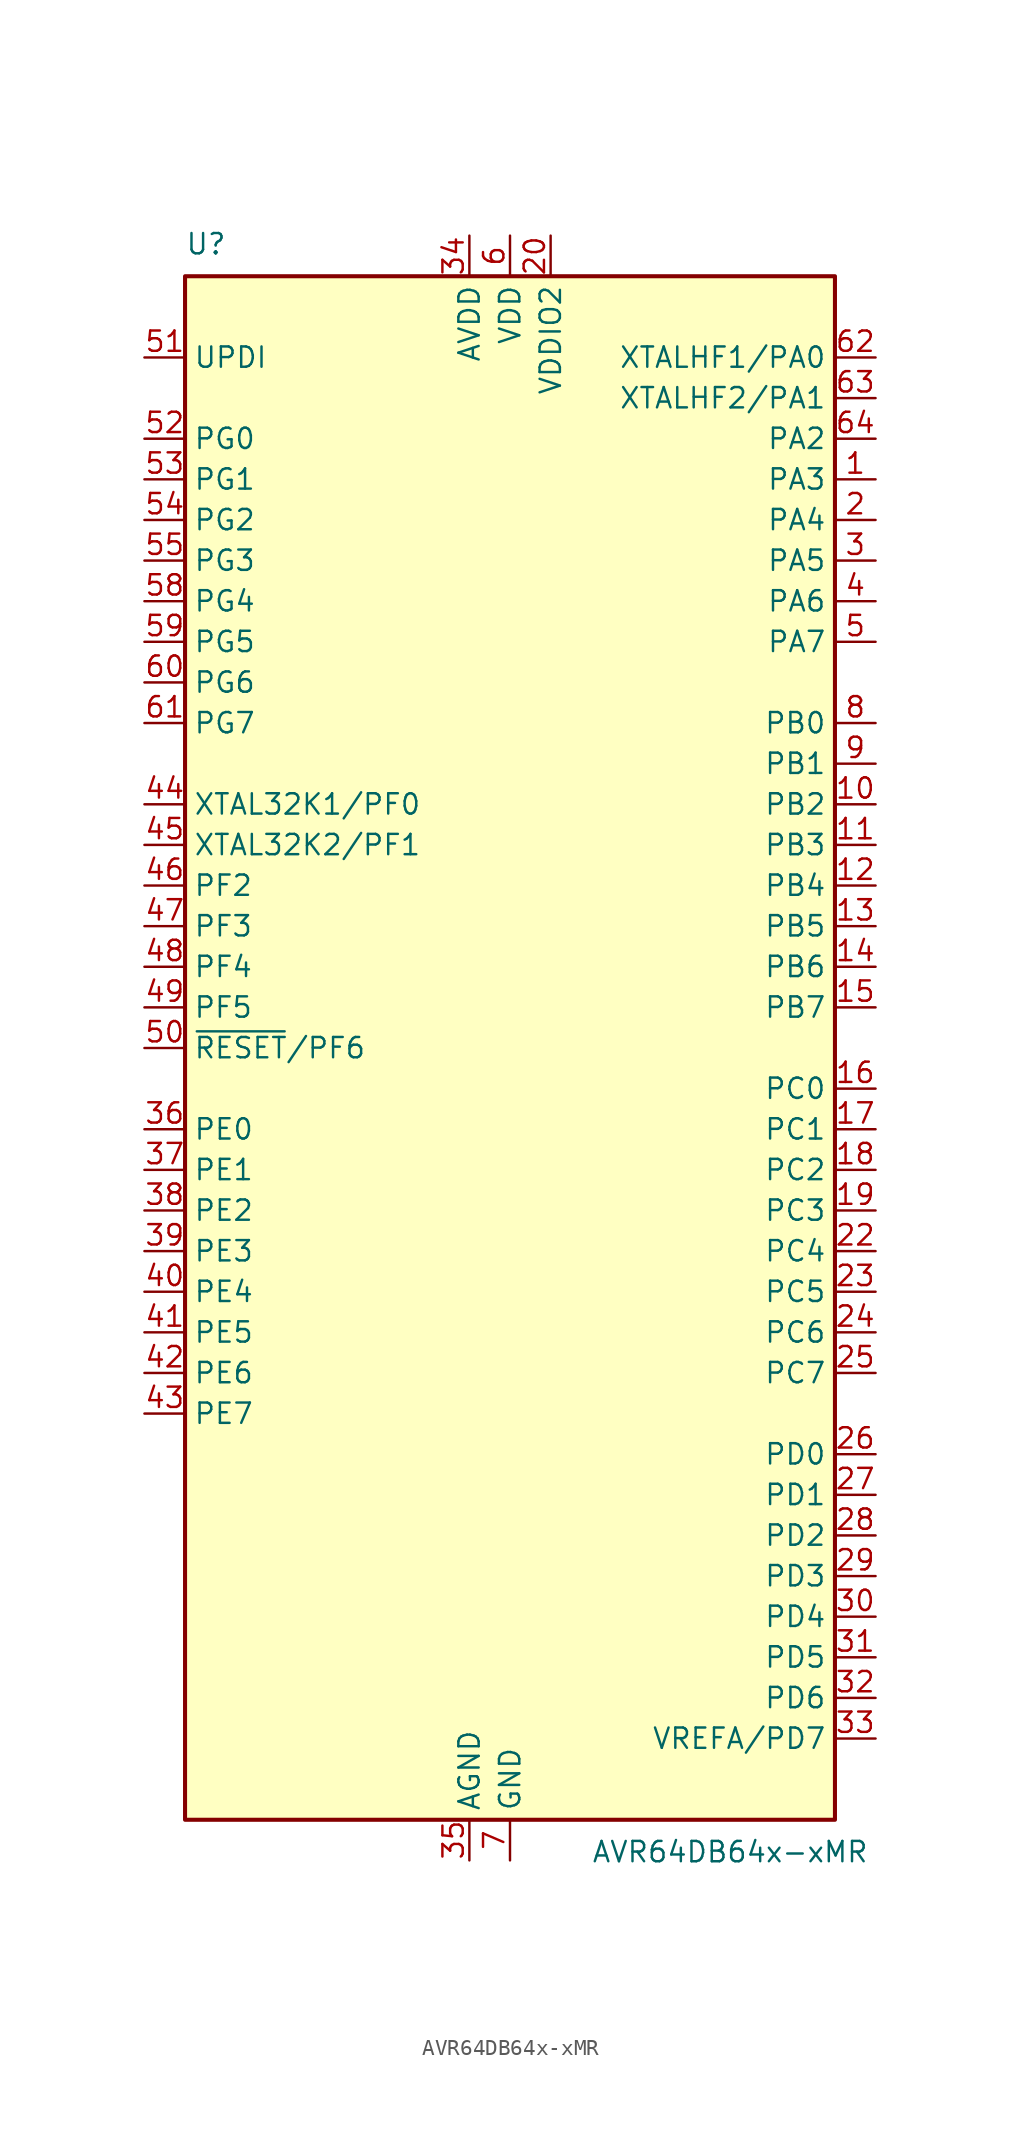
<source format=kicad_sym>
(kicad_symbol_lib
  (version 20211014)
  (generator kicad_symbol_editor)
  (symbol "AVR64DB64x-xMR"
    (property "Reference" "U"
      (at -20.32 49.53 0)
      (effects (font (size 1.27 1.27)) (justify left bottom)))
    (property "Value" "AVR64DB64x-xMR"
      (at 5.08 -49.53 0)
      (effects (font (size 1.27 1.27)) (justify left top)))
    (symbol "AVR64DB64x-xMR_0_1"
      (rectangle (start -20.32 48.26) (end 20.32 -48.26) (stroke (width 0.254) (type default) (color 0 0 0 0)) (fill (type background))))
    (symbol "AVR64DB64x-xMR_1_1"
      (pin bidirectional line (at 22.86 43.18 180) (length 2.54) (name "XTALHF1/PA0" (effects (font (size 1.27 1.27)))) (number "62" (effects (font (size 1.27 1.27)))))
      (pin bidirectional line (at 22.86 40.64 180) (length 2.54) (name "XTALHF2/PA1" (effects (font (size 1.27 1.27)))) (number "63" (effects (font (size 1.27 1.27)))))
      (pin bidirectional line (at 22.86 38.1 180) (length 2.54) (name "PA2" (effects (font (size 1.27 1.27)))) (number "64" (effects (font (size 1.27 1.27)))))
      (pin bidirectional line (at 22.86 35.56 180) (length 2.54) (name "PA3" (effects (font (size 1.27 1.27)))) (number "1" (effects (font (size 1.27 1.27)))))
      (pin bidirectional line (at 22.86 33.02 180) (length 2.54) (name "PA4" (effects (font (size 1.27 1.27)))) (number "2" (effects (font (size 1.27 1.27)))))
      (pin bidirectional line (at 22.86 30.48 180) (length 2.54) (name "PA5" (effects (font (size 1.27 1.27)))) (number "3" (effects (font (size 1.27 1.27)))))
      (pin bidirectional line (at 22.86 27.94 180) (length 2.54) (name "PA6" (effects (font (size 1.27 1.27)))) (number "4" (effects (font (size 1.27 1.27)))))
      (pin bidirectional line (at 22.86 25.4 180) (length 2.54) (name "PA7" (effects (font (size 1.27 1.27)))) (number "5" (effects (font (size 1.27 1.27)))))
      (pin bidirectional line (at 22.86 20.32 180) (length 2.54) (name "PB0" (effects (font (size 1.27 1.27)))) (number "8" (effects (font (size 1.27 1.27)))))
      (pin bidirectional line (at 22.86 17.78 180) (length 2.54) (name "PB1" (effects (font (size 1.27 1.27)))) (number "9" (effects (font (size 1.27 1.27)))))
      (pin bidirectional line (at 22.86 15.24 180) (length 2.54) (name "PB2" (effects (font (size 1.27 1.27)))) (number "10" (effects (font (size 1.27 1.27)))))
      (pin bidirectional line (at 22.86 12.7 180) (length 2.54) (name "PB3" (effects (font (size 1.27 1.27)))) (number "11" (effects (font (size 1.27 1.27)))))
      (pin bidirectional line (at 22.86 10.16 180) (length 2.54) (name "PB4" (effects (font (size 1.27 1.27)))) (number "12" (effects (font (size 1.27 1.27)))))
      (pin bidirectional line (at 22.86 7.62 180) (length 2.54) (name "PB5" (effects (font (size 1.27 1.27)))) (number "13" (effects (font (size 1.27 1.27)))))
      (pin bidirectional line (at 22.86 5.08 180) (length 2.54) (name "PB6" (effects (font (size 1.27 1.27)))) (number "14" (effects (font (size 1.27 1.27)))))
      (pin bidirectional line (at 22.86 2.54 180) (length 2.54) (name "PB7" (effects (font (size 1.27 1.27)))) (number "15" (effects (font (size 1.27 1.27)))))
      (pin bidirectional line (at 22.86 -2.54 180) (length 2.54) (name "PC0" (effects (font (size 1.27 1.27)))) (number "16" (effects (font (size 1.27 1.27)))))
      (pin bidirectional line (at 22.86 -5.08 180) (length 2.54) (name "PC1" (effects (font (size 1.27 1.27)))) (number "17" (effects (font (size 1.27 1.27)))))
      (pin bidirectional line (at 22.86 -7.62 180) (length 2.54) (name "PC2" (effects (font (size 1.27 1.27)))) (number "18" (effects (font (size 1.27 1.27)))))
      (pin bidirectional line (at 22.86 -10.16 180) (length 2.54) (name "PC3" (effects (font (size 1.27 1.27)))) (number "19" (effects (font (size 1.27 1.27)))))
      (pin bidirectional line (at 22.86 -12.7 180) (length 2.54) (name "PC4" (effects (font (size 1.27 1.27)))) (number "22" (effects (font (size 1.27 1.27)))))
      (pin bidirectional line (at 22.86 -15.24 180) (length 2.54) (name "PC5" (effects (font (size 1.27 1.27)))) (number "23" (effects (font (size 1.27 1.27)))))
      (pin bidirectional line (at 22.86 -17.78 180) (length 2.54) (name "PC6" (effects (font (size 1.27 1.27)))) (number "24" (effects (font (size 1.27 1.27)))))
      (pin bidirectional line (at 22.86 -20.32 180) (length 2.54) (name "PC7" (effects (font (size 1.27 1.27)))) (number "25" (effects (font (size 1.27 1.27)))))
      (pin bidirectional line (at 22.86 -25.4 180) (length 2.54) (name "PD0" (effects (font (size 1.27 1.27)))) (number "26" (effects (font (size 1.27 1.27)))))
      (pin bidirectional line (at 22.86 -27.94 180) (length 2.54) (name "PD1" (effects (font (size 1.27 1.27)))) (number "27" (effects (font (size 1.27 1.27)))))
      (pin bidirectional line (at 22.86 -30.48 180) (length 2.54) (name "PD2" (effects (font (size 1.27 1.27)))) (number "28" (effects (font (size 1.27 1.27)))))
      (pin bidirectional line (at 22.86 -33.02 180) (length 2.54) (name "PD3" (effects (font (size 1.27 1.27)))) (number "29" (effects (font (size 1.27 1.27)))))
      (pin bidirectional line (at 22.86 -35.56 180) (length 2.54) (name "PD4" (effects (font (size 1.27 1.27)))) (number "30" (effects (font (size 1.27 1.27)))))
      (pin bidirectional line (at 22.86 -38.1 180) (length 2.54) (name "PD5" (effects (font (size 1.27 1.27)))) (number "31" (effects (font (size 1.27 1.27)))))
      (pin bidirectional line (at 22.86 -40.64 180) (length 2.54) (name "PD6" (effects (font (size 1.27 1.27)))) (number "32" (effects (font (size 1.27 1.27)))))
      (pin bidirectional line (at 22.86 -43.18 180) (length 2.54) (name "VREFA/PD7" (effects (font (size 1.27 1.27)))) (number "33" (effects (font (size 1.27 1.27)))))
      (pin input line (at -22.86 43.18 0) (length 2.54) (name "UPDI" (effects (font (size 1.27 1.27)))) (number "51" (effects (font (size 1.27 1.27)))))
      (pin bidirectional line (at -22.86 38.1 0) (length 2.54) (name "PG0" (effects (font (size 1.27 1.27)))) (number "52" (effects (font (size 1.27 1.27)))))
      (pin bidirectional line (at -22.86 35.56 0) (length 2.54) (name "PG1" (effects (font (size 1.27 1.27)))) (number "53" (effects (font (size 1.27 1.27)))))
      (pin bidirectional line (at -22.86 33.02 0) (length 2.54) (name "PG2" (effects (font (size 1.27 1.27)))) (number "54" (effects (font (size 1.27 1.27)))))
      (pin bidirectional line (at -22.86 30.48 0) (length 2.54) (name "PG3" (effects (font (size 1.27 1.27)))) (number "55" (effects (font (size 1.27 1.27)))))
      (pin bidirectional line (at -22.86 27.94 0) (length 2.54) (name "PG4" (effects (font (size 1.27 1.27)))) (number "58" (effects (font (size 1.27 1.27)))))
      (pin bidirectional line (at -22.86 25.4 0) (length 2.54) (name "PG5" (effects (font (size 1.27 1.27)))) (number "59" (effects (font (size 1.27 1.27)))))
      (pin bidirectional line (at -22.86 22.86 0) (length 2.54) (name "PG6" (effects (font (size 1.27 1.27)))) (number "60" (effects (font (size 1.27 1.27)))))
      (pin bidirectional line (at -22.86 20.32 0) (length 2.54) (name "PG7" (effects (font (size 1.27 1.27)))) (number "61" (effects (font (size 1.27 1.27)))))
      (pin bidirectional line (at -22.86 15.24 0) (length 2.54) (name "XTAL32K1/PF0" (effects (font (size 1.27 1.27)))) (number "44" (effects (font (size 1.27 1.27)))))
      (pin bidirectional line (at -22.86 12.7 0) (length 2.54) (name "XTAL32K2/PF1" (effects (font (size 1.27 1.27)))) (number "45" (effects (font (size 1.27 1.27)))))
      (pin bidirectional line (at -22.86 10.16 0) (length 2.54) (name "PF2" (effects (font (size 1.27 1.27)))) (number "46" (effects (font (size 1.27 1.27)))))
      (pin bidirectional line (at -22.86 7.62 0) (length 2.54) (name "PF3" (effects (font (size 1.27 1.27)))) (number "47" (effects (font (size 1.27 1.27)))))
      (pin bidirectional line (at -22.86 5.08 0) (length 2.54) (name "PF4" (effects (font (size 1.27 1.27)))) (number "48" (effects (font (size 1.27 1.27)))))
      (pin bidirectional line (at -22.86 2.54 0) (length 2.54) (name "PF5" (effects (font (size 1.27 1.27)))) (number "49" (effects (font (size 1.27 1.27)))))
      (pin bidirectional line (at -22.86 0 0) (length 2.54) (name "~{RESET}/PF6" (effects (font (size 1.27 1.27)))) (number "50" (effects (font (size 1.27 1.27)))))
      (pin bidirectional line (at -22.86 -5.08 0) (length 2.54) (name "PE0" (effects (font (size 1.27 1.27)))) (number "36" (effects (font (size 1.27 1.27)))))
      (pin bidirectional line (at -22.86 -7.62 0) (length 2.54) (name "PE1" (effects (font (size 1.27 1.27)))) (number "37" (effects (font (size 1.27 1.27)))))
      (pin bidirectional line (at -22.86 -10.16 0) (length 2.54) (name "PE2" (effects (font (size 1.27 1.27)))) (number "38" (effects (font (size 1.27 1.27)))))
      (pin bidirectional line (at -22.86 -12.7 0) (length 2.54) (name "PE3" (effects (font (size 1.27 1.27)))) (number "39" (effects (font (size 1.27 1.27)))))
      (pin bidirectional line (at -22.86 -15.24 0) (length 2.54) (name "PE4" (effects (font (size 1.27 1.27)))) (number "40" (effects (font (size 1.27 1.27)))))
      (pin bidirectional line (at -22.86 -17.78 0) (length 2.54) (name "PE5" (effects (font (size 1.27 1.27)))) (number "41" (effects (font (size 1.27 1.27)))))
      (pin bidirectional line (at -22.86 -20.32 0) (length 2.54) (name "PE6" (effects (font (size 1.27 1.27)))) (number "42" (effects (font (size 1.27 1.27)))))
      (pin bidirectional line (at -22.86 -22.86 0) (length 2.54) (name "PE7" (effects (font (size 1.27 1.27)))) (number "43" (effects (font (size 1.27 1.27)))))
      (pin power_in line (at -2.54 50.8 270) (length 2.54) (name "AVDD" (effects (font (size 1.27 1.27)))) (number "34" (effects (font (size 1.27 1.27)))))
      (pin power_in line (at 0 50.8 270) (length 2.54) (name "VDD" (effects (font (size 1.27 1.27)))) (number "6" (effects (font (size 1.27 1.27)))))
      (pin passive line (at 0 50.8 270) (length 2.54) hide (name "VDD" (effects (font (size 1.27 1.27)))) (number "56" (effects (font (size 1.27 1.27)))))
      (pin power_in line (at 2.54 50.8 270) (length 2.54) (name "VDDIO2" (effects (font (size 1.27 1.27)))) (number "20" (effects (font (size 1.27 1.27)))))
      (pin power_in line (at -2.54 -50.8 90) (length 2.54) (name "AGND" (effects (font (size 1.27 1.27)))) (number "35" (effects (font (size 1.27 1.27)))))
      (pin power_in line (at 0 -50.8 90) (length 2.54) (name "GND" (effects (font (size 1.27 1.27)))) (number "7" (effects (font (size 1.27 1.27)))))
      (pin passive line (at 0 -50.8 90) (length 2.54) hide (name "GND" (effects (font (size 1.27 1.27)))) (number "21" (effects (font (size 1.27 1.27)))))
      (pin passive line (at 0 -50.8 90) (length 2.54) hide (name "GND" (effects (font (size 1.27 1.27)))) (number "57" (effects (font (size 1.27 1.27)))))
      (pin passive line (at 0 -50.8 90) (length 2.54) hide (name "GND" (effects (font (size 1.27 1.27)))) (number "65" (effects (font (size 1.27 1.27))))))))
</source>
